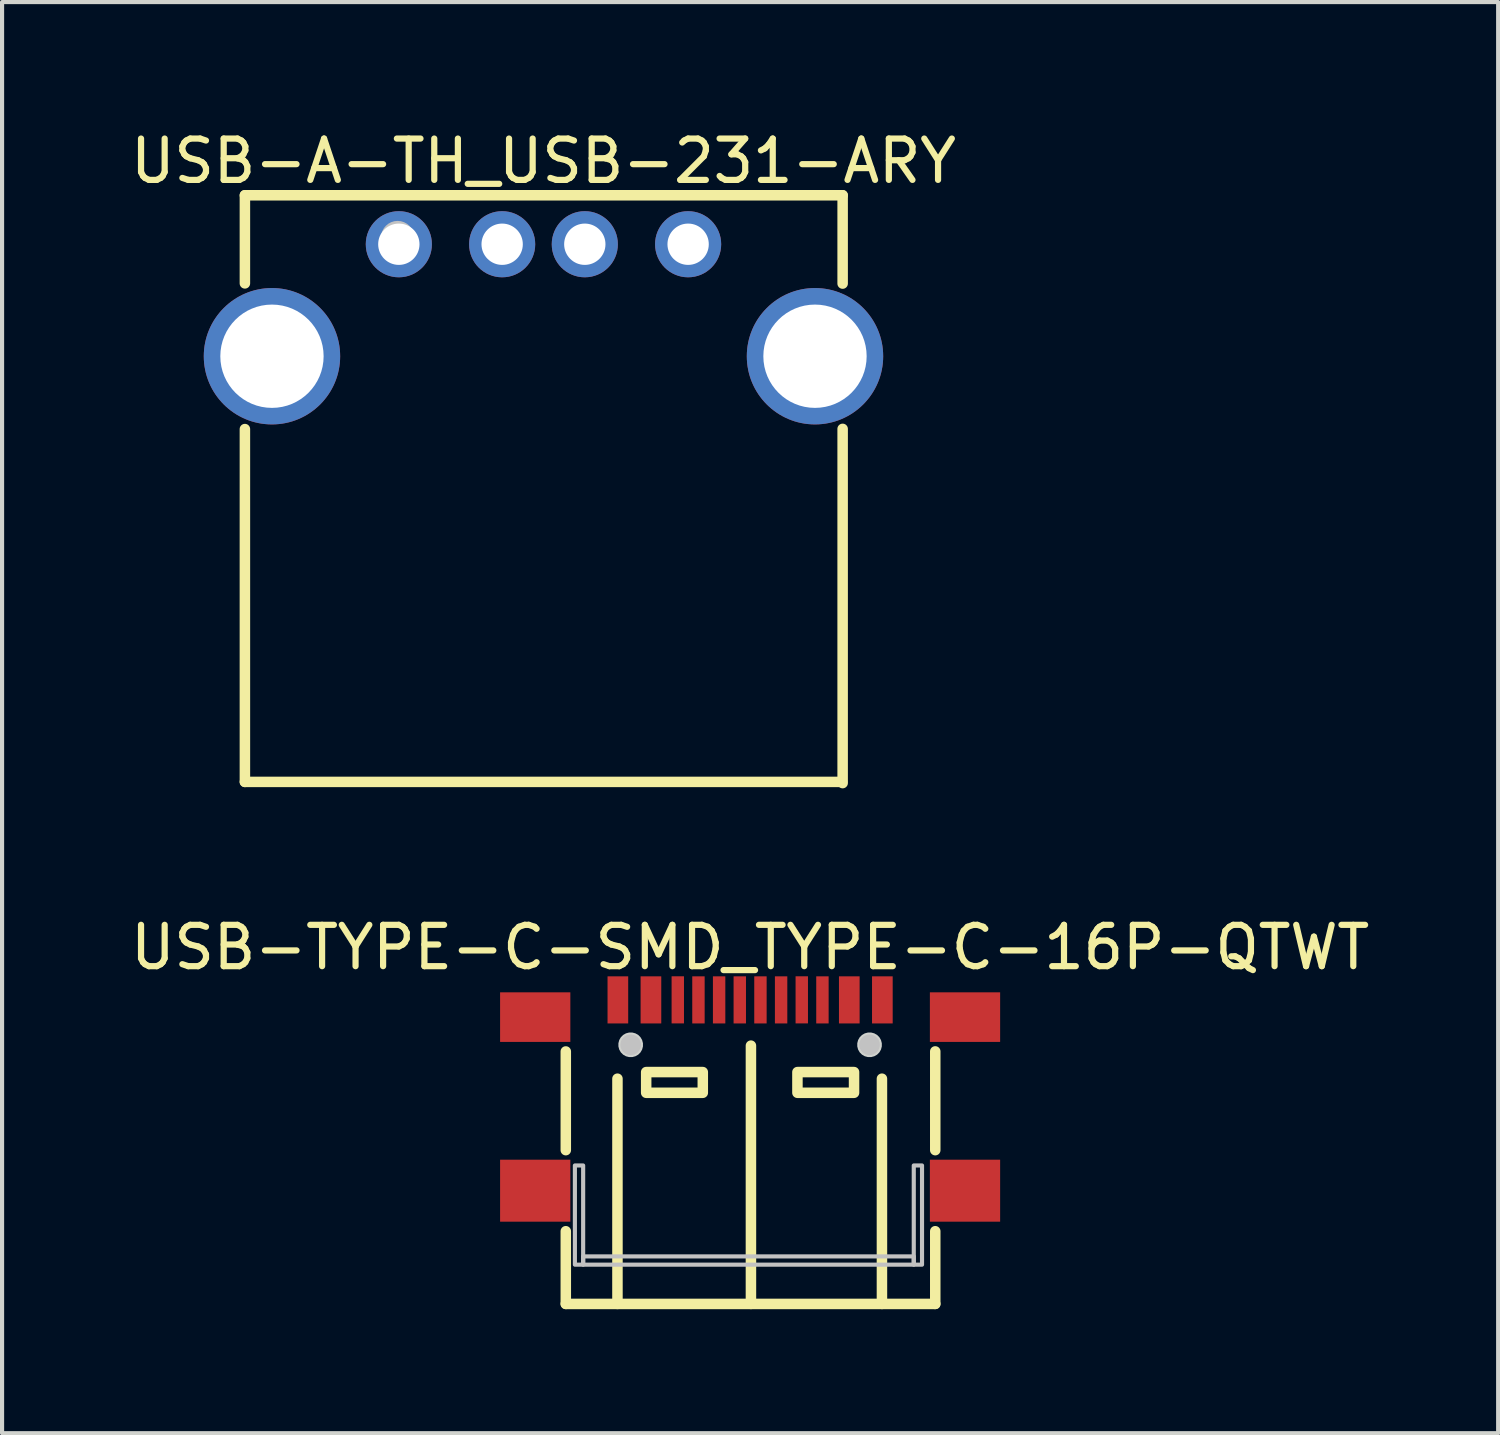
<source format=kicad_pcb>
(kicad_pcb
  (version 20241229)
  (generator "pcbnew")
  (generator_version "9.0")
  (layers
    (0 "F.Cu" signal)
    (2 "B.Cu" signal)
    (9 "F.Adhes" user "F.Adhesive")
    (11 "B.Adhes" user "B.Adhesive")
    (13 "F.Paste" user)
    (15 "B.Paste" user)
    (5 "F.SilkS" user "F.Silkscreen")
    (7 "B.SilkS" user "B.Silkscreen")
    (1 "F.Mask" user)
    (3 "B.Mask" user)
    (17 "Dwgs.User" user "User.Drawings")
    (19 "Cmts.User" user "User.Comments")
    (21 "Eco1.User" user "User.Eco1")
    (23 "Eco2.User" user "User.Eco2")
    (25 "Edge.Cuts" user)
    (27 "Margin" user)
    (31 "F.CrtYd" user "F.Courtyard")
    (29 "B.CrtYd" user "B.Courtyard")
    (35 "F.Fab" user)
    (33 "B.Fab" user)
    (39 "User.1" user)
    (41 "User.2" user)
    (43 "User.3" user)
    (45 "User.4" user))
  (footprint "USB-TYPE-C-SMD_TYPE-C-16P-QTWT"
    (layer "F.Cu")
    (at 15.101 23.453)
    (property "Reference" "USB-TYPE-C-SMD_TYPE-C-16P-QTWT" (at 0 -3.579 0) (layer "F.SilkS") (effects (font (size 1 1) (thickness 0.15))))
    (fp_line (start -4.46 -1.06) (end -4.46 1.328) (stroke (width 0.254) (type default)) (layer "F.SilkS"))
    (fp_line (start -4.46 3.29) (end -4.46 5.049) (stroke (width 0.254) (type default)) (layer "F.SilkS"))
    (fp_line (start -4.46 5.049) (end 4.48 5.049) (stroke (width 0.254) (type default)) (layer "F.SilkS"))
    (fp_line (start -3.21 -0.401) (end -3.21 5.049) (stroke (width 0.254) (type default)) (layer "F.SilkS"))
    (fp_line (start 0.02 -1.201) (end 0.02 5.049) (stroke (width 0.254) (type default)) (layer "F.SilkS"))
    (fp_line (start 3.19 -0.401) (end 3.19 5.049) (stroke (width 0.254) (type default)) (layer "F.SilkS"))
    (fp_line (start 4.48 1.328) (end 4.48 -1.061) (stroke (width 0.254) (type default)) (layer "F.SilkS"))
    (fp_line (start 4.48 5.049) (end 4.48 3.29) (stroke (width 0.254) (type default)) (layer "F.SilkS"))
    (fp_rect (start -2.515 -0.561) (end -1.145 -0.06) (stroke (width 0.254) (type default)) (fill no) (layer "F.SilkS"))
    (fp_rect (start 1.145 -0.561) (end 2.515 -0.06) (stroke (width 0.254) (type default)) (fill no) (layer "F.SilkS"))
    (fp_circle (center -2.89 -1.221) (end -2.765 -1.221) (stroke (width 0.25) (type default)) (fill no) (layer "Dwgs.User"))
    (fp_circle (center 2.89 -1.221) (end 3.015 -1.221) (stroke (width 0.25) (type default)) (fill no) (layer "Dwgs.User"))
    (fp_poly (pts (xy -4.24 1.699) (xy -4.24 4.099) (xy -4.04 4.099) (xy -4.04 1.699)) (stroke (width 0.1) (type default)) (fill no) (layer "Dwgs.User"))
    (fp_poly (pts (xy 3.96 4.099) (xy -4.04 4.099) (xy -4.04 3.899) (xy 3.96 3.899)) (stroke (width 0.1) (type default)) (fill no) (layer "Dwgs.User"))
    (fp_poly (pts (xy 4.16 1.699) (xy 4.16 4.099) (xy 3.96 4.099) (xy 3.96 1.699)) (stroke (width 0.1) (type default)) (fill no) (layer "Dwgs.User"))
    (fp_poly (pts (xy -2.593 -1.26) (xy -2.613 -1.336) (xy -2.652 -1.404) (xy -2.707 -1.459) (xy -2.775 -1.498) (xy -2.851 -1.518) (xy -2.929 -1.518) (xy -3.005 -1.498) (xy -3.073 -1.459) (xy -3.128 -1.404) (xy -3.167 -1.336) (xy -3.187 -1.26) (xy -3.187 -1.182) (xy -3.167 -1.106) (xy -3.128 -1.038) (xy -3.073 -0.983) (xy -3.005 -0.944) (xy -2.929 -0.924) (xy -2.851 -0.924) (xy -2.775 -0.944) (xy -2.707 -0.983) (xy -2.652 -1.038) (xy -2.613 -1.106) (xy -2.593 -1.182)) (stroke (width 0) (type default)) (fill yes) (layer "Edge.Cuts"))
    (fp_poly (pts (xy 3.187 -1.26) (xy 3.167 -1.336) (xy 3.128 -1.404) (xy 3.073 -1.459) (xy 3.005 -1.498) (xy 2.929 -1.518) (xy 2.851 -1.518) (xy 2.775 -1.498) (xy 2.707 -1.459) (xy 2.652 -1.404) (xy 2.613 -1.336) (xy 2.593 -1.26) (xy 2.593 -1.182) (xy 2.613 -1.106) (xy 2.652 -1.038) (xy 2.707 -0.983) (xy 2.775 -0.944) (xy 2.851 -0.924) (xy 2.929 -0.924) (xy 3.005 -0.944) (xy 3.073 -0.983) (xy 3.128 -1.038) (xy 3.167 -1.106) (xy 3.187 -1.182)) (stroke (width 0) (type default)) (fill yes) (layer "Edge.Cuts"))
    (fp_poly (pts (xy -5.84 -2.291) (xy -4.34 -2.291) (xy -4.34 -1.491) (xy -5.84 -1.491)) (stroke (width 0.1) (type default)) (fill no) (layer "User.1"))
    (fp_poly (pts (xy -5.84 1.759) (xy -4.34 1.759) (xy -4.34 2.859) (xy -5.84 2.859)) (stroke (width 0.1) (type default)) (fill no) (layer "User.1"))
    (fp_poly (pts (xy -3.4 -2.591) (xy -3 -2.591) (xy -3 -1.991) (xy -3.4 -1.991)) (stroke (width 0.1) (type default)) (fill no) (layer "User.1"))
    (fp_poly (pts (xy -2.6 -2.591) (xy -2.2 -2.591) (xy -2.2 -1.991) (xy -2.6 -1.991)) (stroke (width 0.1) (type default)) (fill no) (layer "User.1"))
    (fp_poly (pts (xy -1.85 -2.591) (xy -1.65 -2.591) (xy -1.65 -1.991) (xy -1.85 -1.991)) (stroke (width 0.1) (type default)) (fill no) (layer "User.1"))
    (fp_poly (pts (xy -1.35 -2.591) (xy -1.15 -2.591) (xy -1.15 -1.991) (xy -1.35 -1.991)) (stroke (width 0.1) (type default)) (fill no) (layer "User.1"))
    (fp_poly (pts (xy -0.85 -2.591) (xy -0.65 -2.591) (xy -0.65 -1.991) (xy -0.85 -1.991)) (stroke (width 0.1) (type default)) (fill no) (layer "User.1"))
    (fp_poly (pts (xy -0.35 -2.591) (xy -0.15 -2.591) (xy -0.15 -1.991) (xy -0.35 -1.991)) (stroke (width 0.1) (type default)) (fill no) (layer "User.1"))
    (fp_poly (pts (xy 0.15 -2.591) (xy 0.35 -2.591) (xy 0.35 -1.991) (xy 0.15 -1.991)) (stroke (width 0.1) (type default)) (fill no) (layer "User.1"))
    (fp_poly (pts (xy 0.65 -2.591) (xy 0.85 -2.591) (xy 0.85 -1.991) (xy 0.65 -1.991)) (stroke (width 0.1) (type default)) (fill no) (layer "User.1"))
    (fp_poly (pts (xy 1.149 -2.591) (xy 1.349 -2.591) (xy 1.349 -1.991) (xy 1.149 -1.991)) (stroke (width 0.1) (type default)) (fill no) (layer "User.1"))
    (fp_poly (pts (xy 1.65 -2.591) (xy 1.85 -2.591) (xy 1.85 -1.991) (xy 1.65 -1.991)) (stroke (width 0.1) (type default)) (fill no) (layer "User.1"))
    (fp_poly (pts (xy 2.2 -2.591) (xy 2.6 -2.591) (xy 2.6 -1.991) (xy 2.2 -1.991)) (stroke (width 0.1) (type default)) (fill no) (layer "User.1"))
    (fp_poly (pts (xy 3 -2.591) (xy 3.4 -2.591) (xy 3.4 -1.991) (xy 3 -1.991)) (stroke (width 0.1) (type default)) (fill no) (layer "User.1"))
    (fp_poly (pts (xy 4.34 -2.291) (xy 5.84 -2.291) (xy 5.84 -1.491) (xy 4.34 -1.491)) (stroke (width 0.1) (type default)) (fill no) (layer "User.1"))
    (fp_poly (pts (xy 4.34 1.759) (xy 5.84 1.759) (xy 5.84 2.859) (xy 4.34 2.859)) (stroke (width 0.1) (type default)) (fill no) (layer "User.1"))
    (fp_line (start -4.47 -2.291) (end 4.47 -2.291) (stroke (width 0.051) (type default)) (layer "User.2"))
    (fp_line (start -4.47 5.059) (end -4.47 -2.291) (stroke (width 0.051) (type default)) (layer "User.2"))
    (fp_line (start 4.47 -2.291) (end 4.47 5.059) (stroke (width 0.051) (type default)) (layer "User.2"))
    (fp_line (start 4.47 5.059) (end -4.47 5.059) (stroke (width 0.051) (type default)) (layer "User.2"))
    (fp_poly (pts (xy -5.785 -2.614) (xy -5.817 -2.646) (xy -5.863 -2.646) (xy -5.895 -2.614) (xy -5.895 -2.568) (xy -5.863 -2.536) (xy -5.817 -2.536) (xy -5.785 -2.568)) (stroke (width 0.1) (type default)) (fill no) (layer "User.3"))
    (pad "0" smd rect (at -5.2 -1.891) (size 1.7 1.2) (layers "F.Cu" "F.Mask" "F.Paste"))
    (pad "0" smd rect (at -5.2 2.309) (size 1.7 1.5) (layers "F.Cu" "F.Mask" "F.Paste"))
    (pad "0" smd rect (at 5.2 -1.891) (size 1.7 1.2) (layers "F.Cu" "F.Mask" "F.Paste"))
    (pad "0" smd rect (at 5.2 2.309) (size 1.7 1.5) (layers "F.Cu" "F.Mask" "F.Paste"))
    (pad "A1" smd rect (at -3.2 -2.308) (size 0.5 1.14) (layers "F.Cu" "F.Mask" "F.Paste"))
    (pad "A4" smd rect (at -2.4 -2.308) (size 0.5 1.14) (layers "F.Cu" "F.Mask" "F.Paste"))
    (pad "A5" smd rect (at -1.25 -2.308) (size 0.3 1.14) (layers "F.Cu" "F.Mask" "F.Paste"))
    (pad "A6" smd rect (at -0.25 -2.308) (size 0.3 1.14) (layers "F.Cu" "F.Mask" "F.Paste"))
    (pad "A7" smd rect (at 0.25 -2.308) (size 0.3 1.14) (layers "F.Cu" "F.Mask" "F.Paste"))
    (pad "A8" smd rect (at 1.25 -2.309) (size 0.3 1.14) (layers "F.Cu" "F.Mask" "F.Paste"))
    (pad "A9" smd rect (at 2.4 -2.308) (size 0.5 1.14) (layers "F.Cu" "F.Mask" "F.Paste"))
    (pad "A12" smd rect (at 3.2 -2.308) (size 0.5 1.14) (layers "F.Cu" "F.Mask" "F.Paste"))
    (pad "B5" smd rect (at 1.75 -2.308) (size 0.3 1.14) (layers "F.Cu" "F.Mask" "F.Paste"))
    (pad "B6" smd rect (at 0.75 -2.308) (size 0.3 1.14) (layers "F.Cu" "F.Mask" "F.Paste"))
    (pad "B7" smd rect (at -0.75 -2.308) (size 0.3 1.14) (layers "F.Cu" "F.Mask" "F.Paste"))
    (pad "B8" smd rect (at -1.75 -2.309) (size 0.3 1.14) (layers "F.Cu" "F.Mask" "F.Paste")))
  (footprint "USB-A-TH_USB-231-ARY"
    (layer "F.Cu")
    (at 10.101 4.215)
    (property "Reference" "USB-A-TH_USB-231-ARY" (at 0 -3.367 0) (layer "F.SilkS") (effects (font (size 1 1) (thickness 0.15))))
    (fp_line (start -7.225 -2.54) (end 7.239 -2.54) (stroke (width 0.254) (type default)) (layer "F.SilkS"))
    (fp_line (start -7.225 -0.408) (end -7.225 -2.54) (stroke (width 0.254) (type default)) (layer "F.SilkS"))
    (fp_line (start -7.225 11.655) (end -7.225 3.118) (stroke (width 0.254) (type default)) (layer "F.SilkS"))
    (fp_line (start 7.225 11.655) (end -7.225 11.655) (stroke (width 0.254) (type default)) (layer "F.SilkS"))
    (fp_line (start 7.239 -2.54) (end 7.239 -0.403) (stroke (width 0.254) (type default)) (layer "F.SilkS"))
    (fp_line (start 7.239 3.113) (end 7.239 11.684) (stroke (width 0.254) (type default)) (layer "F.SilkS"))
    (fp_circle (center -3.53 -1.52) (end -3.33 -1.52) (stroke (width 0.4) (type default)) (fill no) (layer "Dwgs.User"))
    (fp_poly (pts (xy -6.72 2.355) (xy -6.72 0.355) (xy -6.42 0.355) (xy -6.42 2.355)) (stroke (width 0.1) (type default)) (fill no) (layer "User.1"))
    (fp_poly (pts (xy -3.85 -1.48) (xy -3.15 -1.48) (xy -3.15 -1.23) (xy -3.85 -1.23)) (stroke (width 0.1) (type default)) (fill no) (layer "User.1"))
    (fp_poly (pts (xy -1.35 -1.48) (xy -0.65 -1.48) (xy -0.65 -1.23) (xy -1.35 -1.23)) (stroke (width 0.1) (type default)) (fill no) (layer "User.1"))
    (fp_poly (pts (xy 0.65 -1.48) (xy 1.35 -1.48) (xy 1.35 -1.23) (xy 0.65 -1.23)) (stroke (width 0.1) (type default)) (fill no) (layer "User.1"))
    (fp_poly (pts (xy 3.15 -1.48) (xy 3.85 -1.48) (xy 3.85 -1.23) (xy 3.15 -1.23)) (stroke (width 0.1) (type default)) (fill no) (layer "User.1"))
    (fp_poly (pts (xy 6.42 2.355) (xy 6.42 0.355) (xy 6.72 0.355) (xy 6.72 2.355)) (stroke (width 0.1) (type default)) (fill no) (layer "User.1"))
    (fp_line (start -6.55 -2.43) (end -6.55 11.57) (stroke (width 0.051) (type default)) (layer "User.2"))
    (fp_line (start -6.55 11.57) (end 6.55 11.57) (stroke (width 0.051) (type default)) (layer "User.2"))
    (fp_line (start 6.55 -2.43) (end -6.55 -2.43) (stroke (width 0.051) (type default)) (layer "User.2"))
    (fp_line (start 6.55 3.66) (end 6.55 -2.43) (stroke (width 0.051) (type default)) (layer "User.2"))
    (fp_line (start 6.55 11.57) (end 6.55 3.66) (stroke (width 0.051) (type default)) (layer "User.2"))
    (fp_poly (pts (xy -6.665 -2.453) (xy -6.697 -2.485) (xy -6.743 -2.485) (xy -6.775 -2.453) (xy -6.775 -2.407) (xy -6.743 -2.375) (xy -6.697 -2.375) (xy -6.665 -2.407)) (stroke (width 0.1) (type default)) (fill no) (layer "User.3"))
    (pad "1" thru_hole circle (at -3.5 -1.355) (size 1.6 1.6) (drill 1) (layers "*.Cu" "*.Mask"))
    (pad "2" thru_hole circle (at -1 -1.355) (size 1.6 1.6) (drill 1) (layers "*.Cu" "*.Mask"))
    (pad "3" thru_hole circle (at 1 -1.355) (size 1.6 1.6) (drill 1) (layers "*.Cu" "*.Mask"))
    (pad "4" thru_hole circle (at 3.5 -1.355) (size 1.6 1.6) (drill 1) (layers "*.Cu" "*.Mask"))
    (pad "5" thru_hole circle (at -6.57 1.355) (size 3.3 3.3) (drill 2.5) (layers "*.Cu" "*.Mask"))
    (pad "6" thru_hole circle (at 6.57 1.355) (size 3.3 3.3) (drill 2.5) (layers "*.Cu" "*.Mask")))
  (gr_rect
    (start -3 -3)
    (end 33.202 31.63)
    (stroke (width 0.1) (type default))
    (fill no)
    (layer "Edge.Cuts")))
</source>
